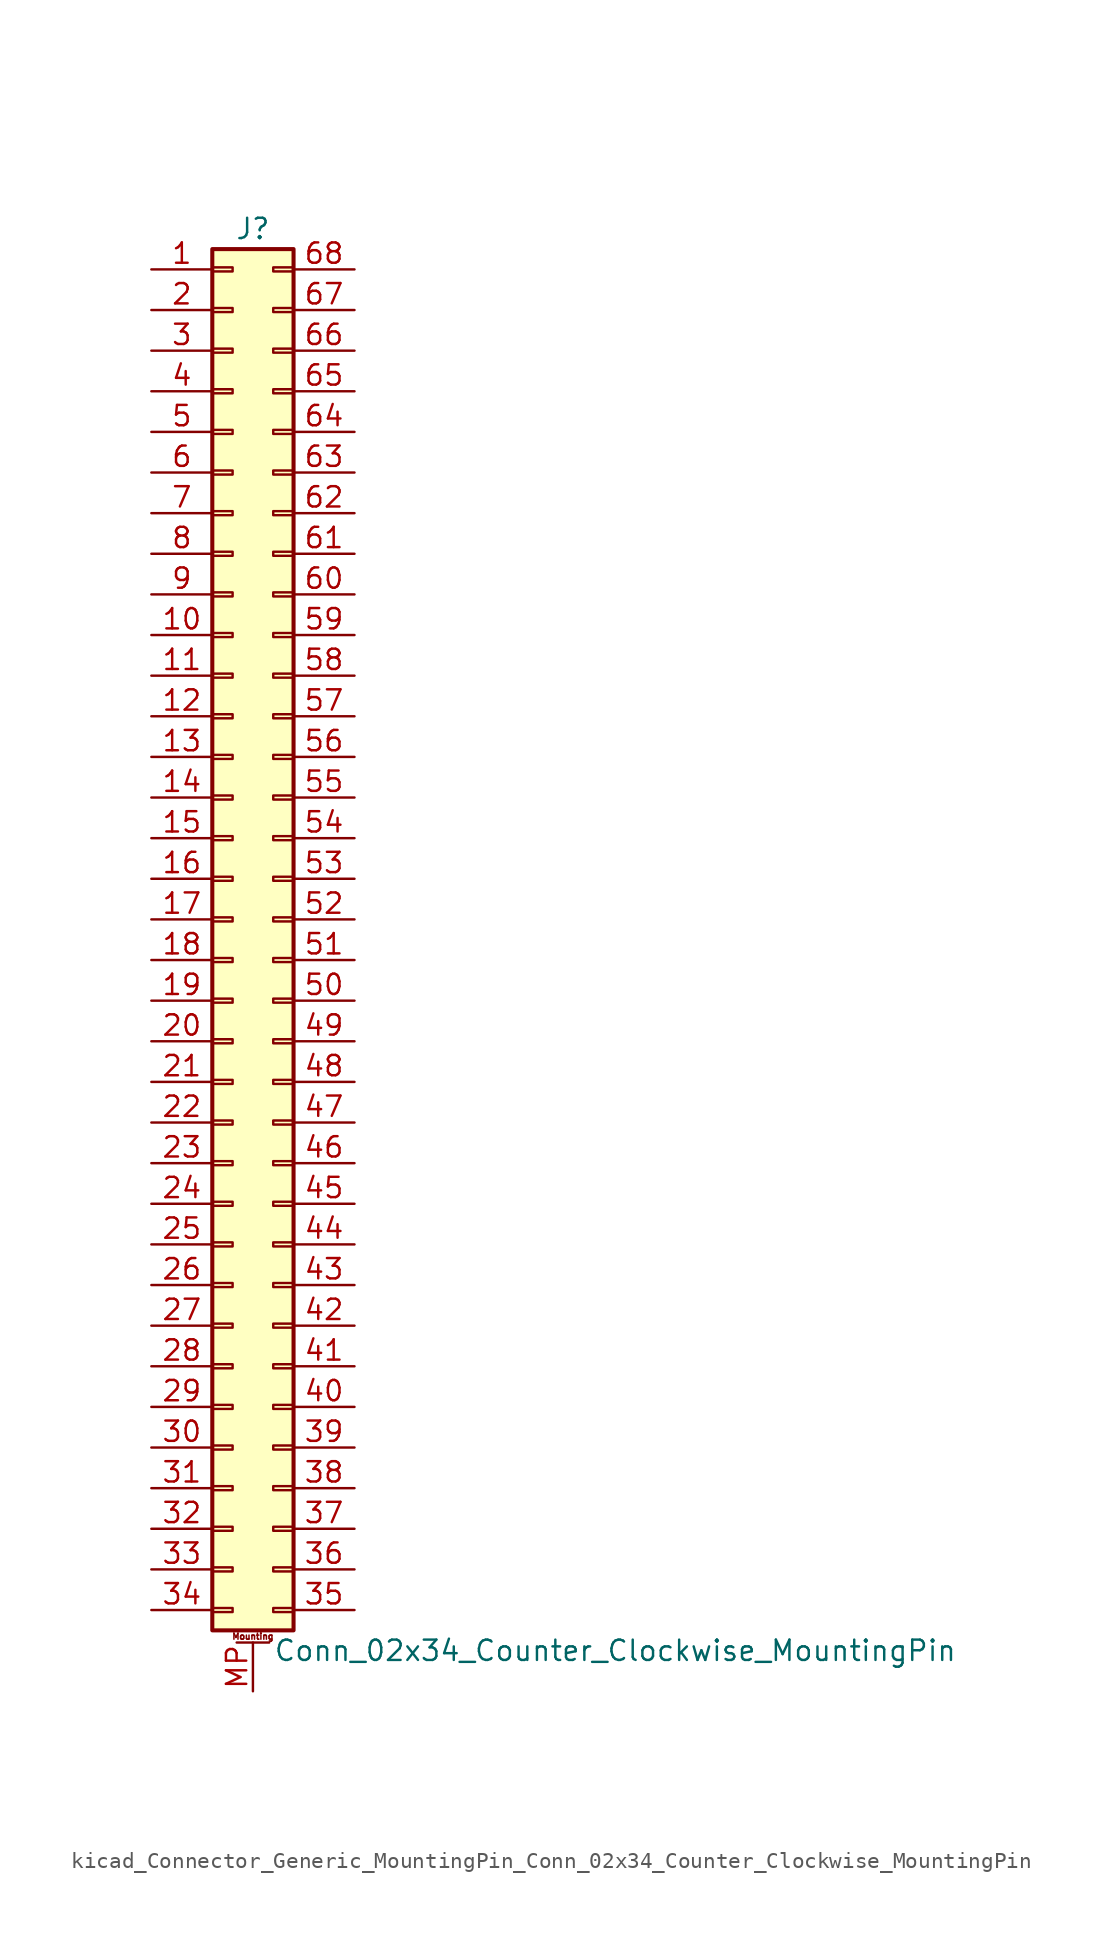
<source format=kicad_sym>
(kicad_symbol_lib
  (version 20220914)
  (generator kicad_symbol_editor)
  (symbol "kicad_Connector_Generic_MountingPin_Conn_02x34_Counter_Clockwise_MountingPin"
    (pin_names
      (offset 1.016) hide)
    (property "Reference" "J"
      (at 1.27 43.18 0)
      (effects (font (size 1.27 1.27))))
    (property "Value" "Conn_02x34_Counter_Clockwise_MountingPin"
      (at 2.54 -45.72 0)
      (effects (font (size 1.27 1.27)) (justify left)))
    (symbol "kicad_Connector_Generic_MountingPin_Conn_02x34_Counter_Clockwise_MountingPin_1_1"
      (rectangle (start -1.27 -43.053) (end 0 -43.307) (stroke (width 0.152) (type default)) (fill (type none)))
      (rectangle (start -1.27 -40.513) (end 0 -40.767) (stroke (width 0.152) (type default)) (fill (type none)))
      (rectangle (start -1.27 -37.973) (end 0 -38.227) (stroke (width 0.152) (type default)) (fill (type none)))
      (rectangle (start -1.27 -35.433) (end 0 -35.687) (stroke (width 0.152) (type default)) (fill (type none)))
      (rectangle (start -1.27 -32.893) (end 0 -33.147) (stroke (width 0.152) (type default)) (fill (type none)))
      (rectangle (start -1.27 -30.353) (end 0 -30.607) (stroke (width 0.152) (type default)) (fill (type none)))
      (rectangle (start -1.27 -27.813) (end 0 -28.067) (stroke (width 0.152) (type default)) (fill (type none)))
      (rectangle (start -1.27 -25.273) (end 0 -25.527) (stroke (width 0.152) (type default)) (fill (type none)))
      (rectangle (start -1.27 -22.733) (end 0 -22.987) (stroke (width 0.152) (type default)) (fill (type none)))
      (rectangle (start -1.27 -20.193) (end 0 -20.447) (stroke (width 0.152) (type default)) (fill (type none)))
      (rectangle (start -1.27 -17.653) (end 0 -17.907) (stroke (width 0.152) (type default)) (fill (type none)))
      (rectangle (start -1.27 -15.113) (end 0 -15.367) (stroke (width 0.152) (type default)) (fill (type none)))
      (rectangle (start -1.27 -12.573) (end 0 -12.827) (stroke (width 0.152) (type default)) (fill (type none)))
      (rectangle (start -1.27 -10.033) (end 0 -10.287) (stroke (width 0.152) (type default)) (fill (type none)))
      (rectangle (start -1.27 -7.493) (end 0 -7.747) (stroke (width 0.152) (type default)) (fill (type none)))
      (rectangle (start -1.27 -4.953) (end 0 -5.207) (stroke (width 0.152) (type default)) (fill (type none)))
      (rectangle (start -1.27 -2.413) (end 0 -2.667) (stroke (width 0.152) (type default)) (fill (type none)))
      (rectangle (start -1.27 0.127) (end 0 -0.127) (stroke (width 0.152) (type default)) (fill (type none)))
      (rectangle (start -1.27 2.667) (end 0 2.413) (stroke (width 0.152) (type default)) (fill (type none)))
      (rectangle (start -1.27 5.207) (end 0 4.953) (stroke (width 0.152) (type default)) (fill (type none)))
      (rectangle (start -1.27 7.747) (end 0 7.493) (stroke (width 0.152) (type default)) (fill (type none)))
      (rectangle (start -1.27 10.287) (end 0 10.033) (stroke (width 0.152) (type default)) (fill (type none)))
      (rectangle (start -1.27 12.827) (end 0 12.573) (stroke (width 0.152) (type default)) (fill (type none)))
      (rectangle (start -1.27 15.367) (end 0 15.113) (stroke (width 0.152) (type default)) (fill (type none)))
      (rectangle (start -1.27 17.907) (end 0 17.653) (stroke (width 0.152) (type default)) (fill (type none)))
      (rectangle (start -1.27 20.447) (end 0 20.193) (stroke (width 0.152) (type default)) (fill (type none)))
      (rectangle (start -1.27 22.987) (end 0 22.733) (stroke (width 0.152) (type default)) (fill (type none)))
      (rectangle (start -1.27 25.527) (end 0 25.273) (stroke (width 0.152) (type default)) (fill (type none)))
      (rectangle (start -1.27 28.067) (end 0 27.813) (stroke (width 0.152) (type default)) (fill (type none)))
      (rectangle (start -1.27 30.607) (end 0 30.353) (stroke (width 0.152) (type default)) (fill (type none)))
      (rectangle (start -1.27 33.147) (end 0 32.893) (stroke (width 0.152) (type default)) (fill (type none)))
      (rectangle (start -1.27 35.687) (end 0 35.433) (stroke (width 0.152) (type default)) (fill (type none)))
      (rectangle (start -1.27 38.227) (end 0 37.973) (stroke (width 0.152) (type default)) (fill (type none)))
      (rectangle (start -1.27 40.767) (end 0 40.513) (stroke (width 0.152) (type default)) (fill (type none)))
      (rectangle (start -1.27 41.91) (end 3.81 -44.45) (stroke (width 0.254) (type default)) (fill (type background)))
      (polyline (pts (xy 0.254 -45.212) (xy 2.286 -45.212)) (stroke (width 0.152) (type default)) (fill (type none)))
      (rectangle (start 3.81 -43.053) (end 2.54 -43.307) (stroke (width 0.152) (type default)) (fill (type none)))
      (rectangle (start 3.81 -40.513) (end 2.54 -40.767) (stroke (width 0.152) (type default)) (fill (type none)))
      (rectangle (start 3.81 -37.973) (end 2.54 -38.227) (stroke (width 0.152) (type default)) (fill (type none)))
      (rectangle (start 3.81 -35.433) (end 2.54 -35.687) (stroke (width 0.152) (type default)) (fill (type none)))
      (rectangle (start 3.81 -32.893) (end 2.54 -33.147) (stroke (width 0.152) (type default)) (fill (type none)))
      (rectangle (start 3.81 -30.353) (end 2.54 -30.607) (stroke (width 0.152) (type default)) (fill (type none)))
      (rectangle (start 3.81 -27.813) (end 2.54 -28.067) (stroke (width 0.152) (type default)) (fill (type none)))
      (rectangle (start 3.81 -25.273) (end 2.54 -25.527) (stroke (width 0.152) (type default)) (fill (type none)))
      (rectangle (start 3.81 -22.733) (end 2.54 -22.987) (stroke (width 0.152) (type default)) (fill (type none)))
      (rectangle (start 3.81 -20.193) (end 2.54 -20.447) (stroke (width 0.152) (type default)) (fill (type none)))
      (rectangle (start 3.81 -17.653) (end 2.54 -17.907) (stroke (width 0.152) (type default)) (fill (type none)))
      (rectangle (start 3.81 -15.113) (end 2.54 -15.367) (stroke (width 0.152) (type default)) (fill (type none)))
      (rectangle (start 3.81 -12.573) (end 2.54 -12.827) (stroke (width 0.152) (type default)) (fill (type none)))
      (rectangle (start 3.81 -10.033) (end 2.54 -10.287) (stroke (width 0.152) (type default)) (fill (type none)))
      (rectangle (start 3.81 -7.493) (end 2.54 -7.747) (stroke (width 0.152) (type default)) (fill (type none)))
      (rectangle (start 3.81 -4.953) (end 2.54 -5.207) (stroke (width 0.152) (type default)) (fill (type none)))
      (rectangle (start 3.81 -2.413) (end 2.54 -2.667) (stroke (width 0.152) (type default)) (fill (type none)))
      (rectangle (start 3.81 0.127) (end 2.54 -0.127) (stroke (width 0.152) (type default)) (fill (type none)))
      (rectangle (start 3.81 2.667) (end 2.54 2.413) (stroke (width 0.152) (type default)) (fill (type none)))
      (rectangle (start 3.81 5.207) (end 2.54 4.953) (stroke (width 0.152) (type default)) (fill (type none)))
      (rectangle (start 3.81 7.747) (end 2.54 7.493) (stroke (width 0.152) (type default)) (fill (type none)))
      (rectangle (start 3.81 10.287) (end 2.54 10.033) (stroke (width 0.152) (type default)) (fill (type none)))
      (rectangle (start 3.81 12.827) (end 2.54 12.573) (stroke (width 0.152) (type default)) (fill (type none)))
      (rectangle (start 3.81 15.367) (end 2.54 15.113) (stroke (width 0.152) (type default)) (fill (type none)))
      (rectangle (start 3.81 17.907) (end 2.54 17.653) (stroke (width 0.152) (type default)) (fill (type none)))
      (rectangle (start 3.81 20.447) (end 2.54 20.193) (stroke (width 0.152) (type default)) (fill (type none)))
      (rectangle (start 3.81 22.987) (end 2.54 22.733) (stroke (width 0.152) (type default)) (fill (type none)))
      (rectangle (start 3.81 25.527) (end 2.54 25.273) (stroke (width 0.152) (type default)) (fill (type none)))
      (rectangle (start 3.81 28.067) (end 2.54 27.813) (stroke (width 0.152) (type default)) (fill (type none)))
      (rectangle (start 3.81 30.607) (end 2.54 30.353) (stroke (width 0.152) (type default)) (fill (type none)))
      (rectangle (start 3.81 33.147) (end 2.54 32.893) (stroke (width 0.152) (type default)) (fill (type none)))
      (rectangle (start 3.81 35.687) (end 2.54 35.433) (stroke (width 0.152) (type default)) (fill (type none)))
      (rectangle (start 3.81 38.227) (end 2.54 37.973) (stroke (width 0.152) (type default)) (fill (type none)))
      (rectangle (start 3.81 40.767) (end 2.54 40.513) (stroke (width 0.152) (type default)) (fill (type none)))
      (text "Mounting" (at 1.27 -44.831 0) (effects (font (size 0.381 0.381))))
      (pin passive line (at -5.08 40.64 0) (length 3.81) (name "Pin_1" (effects (font (size 1.27 1.27)))) (number "1" (effects (font (size 1.27 1.27)))))
      (pin passive line (at -5.08 17.78 0) (length 3.81) (name "Pin_10" (effects (font (size 1.27 1.27)))) (number "10" (effects (font (size 1.27 1.27)))))
      (pin passive line (at -5.08 15.24 0) (length 3.81) (name "Pin_11" (effects (font (size 1.27 1.27)))) (number "11" (effects (font (size 1.27 1.27)))))
      (pin passive line (at -5.08 12.7 0) (length 3.81) (name "Pin_12" (effects (font (size 1.27 1.27)))) (number "12" (effects (font (size 1.27 1.27)))))
      (pin passive line (at -5.08 10.16 0) (length 3.81) (name "Pin_13" (effects (font (size 1.27 1.27)))) (number "13" (effects (font (size 1.27 1.27)))))
      (pin passive line (at -5.08 7.62 0) (length 3.81) (name "Pin_14" (effects (font (size 1.27 1.27)))) (number "14" (effects (font (size 1.27 1.27)))))
      (pin passive line (at -5.08 5.08 0) (length 3.81) (name "Pin_15" (effects (font (size 1.27 1.27)))) (number "15" (effects (font (size 1.27 1.27)))))
      (pin passive line (at -5.08 2.54 0) (length 3.81) (name "Pin_16" (effects (font (size 1.27 1.27)))) (number "16" (effects (font (size 1.27 1.27)))))
      (pin passive line (at -5.08 0 0) (length 3.81) (name "Pin_17" (effects (font (size 1.27 1.27)))) (number "17" (effects (font (size 1.27 1.27)))))
      (pin passive line (at -5.08 -2.54 0) (length 3.81) (name "Pin_18" (effects (font (size 1.27 1.27)))) (number "18" (effects (font (size 1.27 1.27)))))
      (pin passive line (at -5.08 -5.08 0) (length 3.81) (name "Pin_19" (effects (font (size 1.27 1.27)))) (number "19" (effects (font (size 1.27 1.27)))))
      (pin passive line (at -5.08 38.1 0) (length 3.81) (name "Pin_2" (effects (font (size 1.27 1.27)))) (number "2" (effects (font (size 1.27 1.27)))))
      (pin passive line (at -5.08 -7.62 0) (length 3.81) (name "Pin_20" (effects (font (size 1.27 1.27)))) (number "20" (effects (font (size 1.27 1.27)))))
      (pin passive line (at -5.08 -10.16 0) (length 3.81) (name "Pin_21" (effects (font (size 1.27 1.27)))) (number "21" (effects (font (size 1.27 1.27)))))
      (pin passive line (at -5.08 -12.7 0) (length 3.81) (name "Pin_22" (effects (font (size 1.27 1.27)))) (number "22" (effects (font (size 1.27 1.27)))))
      (pin passive line (at -5.08 -15.24 0) (length 3.81) (name "Pin_23" (effects (font (size 1.27 1.27)))) (number "23" (effects (font (size 1.27 1.27)))))
      (pin passive line (at -5.08 -17.78 0) (length 3.81) (name "Pin_24" (effects (font (size 1.27 1.27)))) (number "24" (effects (font (size 1.27 1.27)))))
      (pin passive line (at -5.08 -20.32 0) (length 3.81) (name "Pin_25" (effects (font (size 1.27 1.27)))) (number "25" (effects (font (size 1.27 1.27)))))
      (pin passive line (at -5.08 -22.86 0) (length 3.81) (name "Pin_26" (effects (font (size 1.27 1.27)))) (number "26" (effects (font (size 1.27 1.27)))))
      (pin passive line (at -5.08 -25.4 0) (length 3.81) (name "Pin_27" (effects (font (size 1.27 1.27)))) (number "27" (effects (font (size 1.27 1.27)))))
      (pin passive line (at -5.08 -27.94 0) (length 3.81) (name "Pin_28" (effects (font (size 1.27 1.27)))) (number "28" (effects (font (size 1.27 1.27)))))
      (pin passive line (at -5.08 -30.48 0) (length 3.81) (name "Pin_29" (effects (font (size 1.27 1.27)))) (number "29" (effects (font (size 1.27 1.27)))))
      (pin passive line (at -5.08 35.56 0) (length 3.81) (name "Pin_3" (effects (font (size 1.27 1.27)))) (number "3" (effects (font (size 1.27 1.27)))))
      (pin passive line (at -5.08 -33.02 0) (length 3.81) (name "Pin_30" (effects (font (size 1.27 1.27)))) (number "30" (effects (font (size 1.27 1.27)))))
      (pin passive line (at -5.08 -35.56 0) (length 3.81) (name "Pin_31" (effects (font (size 1.27 1.27)))) (number "31" (effects (font (size 1.27 1.27)))))
      (pin passive line (at -5.08 -38.1 0) (length 3.81) (name "Pin_32" (effects (font (size 1.27 1.27)))) (number "32" (effects (font (size 1.27 1.27)))))
      (pin passive line (at -5.08 -40.64 0) (length 3.81) (name "Pin_33" (effects (font (size 1.27 1.27)))) (number "33" (effects (font (size 1.27 1.27)))))
      (pin passive line (at -5.08 -43.18 0) (length 3.81) (name "Pin_34" (effects (font (size 1.27 1.27)))) (number "34" (effects (font (size 1.27 1.27)))))
      (pin passive line (at 7.62 -43.18 180) (length 3.81) (name "Pin_35" (effects (font (size 1.27 1.27)))) (number "35" (effects (font (size 1.27 1.27)))))
      (pin passive line (at 7.62 -40.64 180) (length 3.81) (name "Pin_36" (effects (font (size 1.27 1.27)))) (number "36" (effects (font (size 1.27 1.27)))))
      (pin passive line (at 7.62 -38.1 180) (length 3.81) (name "Pin_37" (effects (font (size 1.27 1.27)))) (number "37" (effects (font (size 1.27 1.27)))))
      (pin passive line (at 7.62 -35.56 180) (length 3.81) (name "Pin_38" (effects (font (size 1.27 1.27)))) (number "38" (effects (font (size 1.27 1.27)))))
      (pin passive line (at 7.62 -33.02 180) (length 3.81) (name "Pin_39" (effects (font (size 1.27 1.27)))) (number "39" (effects (font (size 1.27 1.27)))))
      (pin passive line (at -5.08 33.02 0) (length 3.81) (name "Pin_4" (effects (font (size 1.27 1.27)))) (number "4" (effects (font (size 1.27 1.27)))))
      (pin passive line (at 7.62 -30.48 180) (length 3.81) (name "Pin_40" (effects (font (size 1.27 1.27)))) (number "40" (effects (font (size 1.27 1.27)))))
      (pin passive line (at 7.62 -27.94 180) (length 3.81) (name "Pin_41" (effects (font (size 1.27 1.27)))) (number "41" (effects (font (size 1.27 1.27)))))
      (pin passive line (at 7.62 -25.4 180) (length 3.81) (name "Pin_42" (effects (font (size 1.27 1.27)))) (number "42" (effects (font (size 1.27 1.27)))))
      (pin passive line (at 7.62 -22.86 180) (length 3.81) (name "Pin_43" (effects (font (size 1.27 1.27)))) (number "43" (effects (font (size 1.27 1.27)))))
      (pin passive line (at 7.62 -20.32 180) (length 3.81) (name "Pin_44" (effects (font (size 1.27 1.27)))) (number "44" (effects (font (size 1.27 1.27)))))
      (pin passive line (at 7.62 -17.78 180) (length 3.81) (name "Pin_45" (effects (font (size 1.27 1.27)))) (number "45" (effects (font (size 1.27 1.27)))))
      (pin passive line (at 7.62 -15.24 180) (length 3.81) (name "Pin_46" (effects (font (size 1.27 1.27)))) (number "46" (effects (font (size 1.27 1.27)))))
      (pin passive line (at 7.62 -12.7 180) (length 3.81) (name "Pin_47" (effects (font (size 1.27 1.27)))) (number "47" (effects (font (size 1.27 1.27)))))
      (pin passive line (at 7.62 -10.16 180) (length 3.81) (name "Pin_48" (effects (font (size 1.27 1.27)))) (number "48" (effects (font (size 1.27 1.27)))))
      (pin passive line (at 7.62 -7.62 180) (length 3.81) (name "Pin_49" (effects (font (size 1.27 1.27)))) (number "49" (effects (font (size 1.27 1.27)))))
      (pin passive line (at -5.08 30.48 0) (length 3.81) (name "Pin_5" (effects (font (size 1.27 1.27)))) (number "5" (effects (font (size 1.27 1.27)))))
      (pin passive line (at 7.62 -5.08 180) (length 3.81) (name "Pin_50" (effects (font (size 1.27 1.27)))) (number "50" (effects (font (size 1.27 1.27)))))
      (pin passive line (at 7.62 -2.54 180) (length 3.81) (name "Pin_51" (effects (font (size 1.27 1.27)))) (number "51" (effects (font (size 1.27 1.27)))))
      (pin passive line (at 7.62 0 180) (length 3.81) (name "Pin_52" (effects (font (size 1.27 1.27)))) (number "52" (effects (font (size 1.27 1.27)))))
      (pin passive line (at 7.62 2.54 180) (length 3.81) (name "Pin_53" (effects (font (size 1.27 1.27)))) (number "53" (effects (font (size 1.27 1.27)))))
      (pin passive line (at 7.62 5.08 180) (length 3.81) (name "Pin_54" (effects (font (size 1.27 1.27)))) (number "54" (effects (font (size 1.27 1.27)))))
      (pin passive line (at 7.62 7.62 180) (length 3.81) (name "Pin_55" (effects (font (size 1.27 1.27)))) (number "55" (effects (font (size 1.27 1.27)))))
      (pin passive line (at 7.62 10.16 180) (length 3.81) (name "Pin_56" (effects (font (size 1.27 1.27)))) (number "56" (effects (font (size 1.27 1.27)))))
      (pin passive line (at 7.62 12.7 180) (length 3.81) (name "Pin_57" (effects (font (size 1.27 1.27)))) (number "57" (effects (font (size 1.27 1.27)))))
      (pin passive line (at 7.62 15.24 180) (length 3.81) (name "Pin_58" (effects (font (size 1.27 1.27)))) (number "58" (effects (font (size 1.27 1.27)))))
      (pin passive line (at 7.62 17.78 180) (length 3.81) (name "Pin_59" (effects (font (size 1.27 1.27)))) (number "59" (effects (font (size 1.27 1.27)))))
      (pin passive line (at -5.08 27.94 0) (length 3.81) (name "Pin_6" (effects (font (size 1.27 1.27)))) (number "6" (effects (font (size 1.27 1.27)))))
      (pin passive line (at 7.62 20.32 180) (length 3.81) (name "Pin_60" (effects (font (size 1.27 1.27)))) (number "60" (effects (font (size 1.27 1.27)))))
      (pin passive line (at 7.62 22.86 180) (length 3.81) (name "Pin_61" (effects (font (size 1.27 1.27)))) (number "61" (effects (font (size 1.27 1.27)))))
      (pin passive line (at 7.62 25.4 180) (length 3.81) (name "Pin_62" (effects (font (size 1.27 1.27)))) (number "62" (effects (font (size 1.27 1.27)))))
      (pin passive line (at 7.62 27.94 180) (length 3.81) (name "Pin_63" (effects (font (size 1.27 1.27)))) (number "63" (effects (font (size 1.27 1.27)))))
      (pin passive line (at 7.62 30.48 180) (length 3.81) (name "Pin_64" (effects (font (size 1.27 1.27)))) (number "64" (effects (font (size 1.27 1.27)))))
      (pin passive line (at 7.62 33.02 180) (length 3.81) (name "Pin_65" (effects (font (size 1.27 1.27)))) (number "65" (effects (font (size 1.27 1.27)))))
      (pin passive line (at 7.62 35.56 180) (length 3.81) (name "Pin_66" (effects (font (size 1.27 1.27)))) (number "66" (effects (font (size 1.27 1.27)))))
      (pin passive line (at 7.62 38.1 180) (length 3.81) (name "Pin_67" (effects (font (size 1.27 1.27)))) (number "67" (effects (font (size 1.27 1.27)))))
      (pin passive line (at 7.62 40.64 180) (length 3.81) (name "Pin_68" (effects (font (size 1.27 1.27)))) (number "68" (effects (font (size 1.27 1.27)))))
      (pin passive line (at -5.08 25.4 0) (length 3.81) (name "Pin_7" (effects (font (size 1.27 1.27)))) (number "7" (effects (font (size 1.27 1.27)))))
      (pin passive line (at -5.08 22.86 0) (length 3.81) (name "Pin_8" (effects (font (size 1.27 1.27)))) (number "8" (effects (font (size 1.27 1.27)))))
      (pin passive line (at -5.08 20.32 0) (length 3.81) (name "Pin_9" (effects (font (size 1.27 1.27)))) (number "9" (effects (font (size 1.27 1.27)))))
      (pin passive line (at 1.27 -48.26 90) (length 3.048) (name "MountPin" (effects (font (size 1.27 1.27)))) (number "MP" (effects (font (size 1.27 1.27))))))))
</source>
